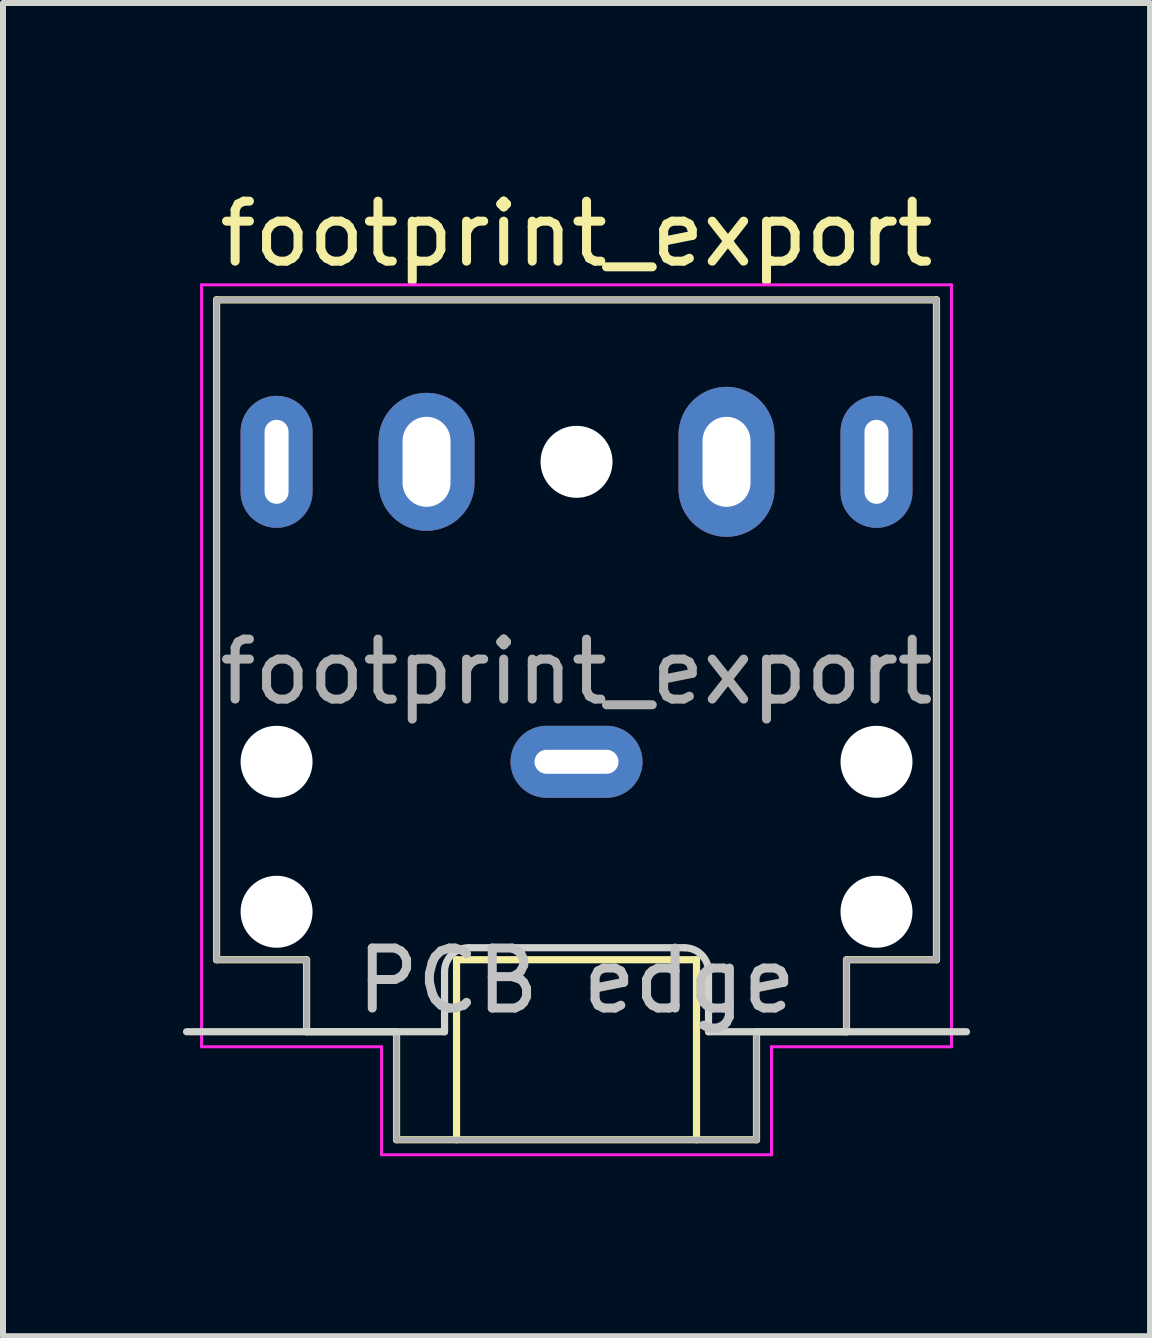
<source format=kicad_pcb>
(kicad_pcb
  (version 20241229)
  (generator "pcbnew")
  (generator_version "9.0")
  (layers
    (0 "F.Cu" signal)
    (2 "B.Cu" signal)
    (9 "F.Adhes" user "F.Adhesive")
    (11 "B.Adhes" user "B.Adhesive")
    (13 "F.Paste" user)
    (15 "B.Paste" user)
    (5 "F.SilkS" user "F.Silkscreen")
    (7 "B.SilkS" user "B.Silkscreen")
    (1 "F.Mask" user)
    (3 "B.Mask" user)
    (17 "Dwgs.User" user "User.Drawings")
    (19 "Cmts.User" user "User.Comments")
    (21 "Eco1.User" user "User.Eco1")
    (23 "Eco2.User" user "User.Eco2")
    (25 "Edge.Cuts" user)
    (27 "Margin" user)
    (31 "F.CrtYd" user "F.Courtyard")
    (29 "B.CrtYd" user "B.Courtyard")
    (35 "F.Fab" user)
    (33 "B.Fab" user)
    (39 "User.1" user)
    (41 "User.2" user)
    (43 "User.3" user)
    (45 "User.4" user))
  (footprint "footprint_export"
    (layer "F.Cu")
    (at 6.56 9.648)
    (property "Reference" "footprint_export" (at 0 -8.8 0) (layer "F.SilkS") (effects (font (size 1 1) (thickness 0.15))))
    (attr through_hole exclude_from_pos_files exclude_from_bom)
    (fp_line (start -6 -7.7) (end 6 -7.7) (stroke (width 0.12) (type solid)) (layer "F.SilkS"))
    (fp_line (start -6 3.3) (end -6 -7.7) (stroke (width 0.12) (type solid)) (layer "F.SilkS"))
    (fp_line (start -4.5 3.3) (end -6 3.3) (stroke (width 0.12) (type solid)) (layer "F.SilkS"))
    (fp_line (start -4.5 4.5) (end -4.5 3.3) (stroke (width 0.12) (type solid)) (layer "F.SilkS"))
    (fp_line (start -3 4.5) (end -4.5 4.5) (stroke (width 0.12) (type solid)) (layer "F.SilkS"))
    (fp_line (start -3 6.3) (end -3 4.5) (stroke (width 0.12) (type solid)) (layer "F.SilkS"))
    (fp_line (start -2 3.3) (end -2 6.3) (stroke (width 0.12) (type solid)) (layer "F.SilkS"))
    (fp_line (start 2 3.3) (end -2 3.3) (stroke (width 0.12) (type solid)) (layer "F.SilkS"))
    (fp_line (start 2 6.3) (end 2 3.3) (stroke (width 0.12) (type solid)) (layer "F.SilkS"))
    (fp_line (start 3 4.5) (end 3 6.3) (stroke (width 0.12) (type solid)) (layer "F.SilkS"))
    (fp_line (start 3 6.3) (end -3 6.3) (stroke (width 0.12) (type solid)) (layer "F.SilkS"))
    (fp_line (start 4.5 3.3) (end 4.5 4.5) (stroke (width 0.12) (type solid)) (layer "F.SilkS"))
    (fp_line (start 4.5 4.5) (end 3 4.5) (stroke (width 0.12) (type solid)) (layer "F.SilkS"))
    (fp_line (start 6 -7.7) (end 6 3.3) (stroke (width 0.12) (type solid)) (layer "F.SilkS"))
    (fp_line (start 6 3.3) (end 4.5 3.3) (stroke (width 0.12) (type solid)) (layer "F.SilkS"))
    (fp_line (start -2.2 3.5) (end -2.2 4.5) (stroke (width 0.12) (type solid)) (layer "Edge.Cuts"))
    (fp_line (start -2.2 4.5) (end -6.5 4.5) (stroke (width 0.12) (type solid)) (layer "Edge.Cuts"))
    (fp_line (start 1.8 3.1) (end -1.8 3.1) (stroke (width 0.12) (type solid)) (layer "Edge.Cuts"))
    (fp_line (start 2.2 3.5) (end 2.2 4.5) (stroke (width 0.12) (type solid)) (layer "Edge.Cuts"))
    (fp_line (start 2.2 4.5) (end 6.5 4.5) (stroke (width 0.12) (type solid)) (layer "Edge.Cuts"))
    (fp_arc (start -2.2 3.5) (mid -2.082842 3.217158) (end -1.8 3.1) (stroke (width 0.12) (type solid)) (layer "Edge.Cuts"))
    (fp_arc (start 1.8 3.1) (mid 2.082843 3.217157) (end 2.2 3.5) (stroke (width 0.12) (type solid)) (layer "Edge.Cuts"))
    (fp_line (start -6.25 -7.95) (end -6.25 4.75) (stroke (width 0.05) (type solid)) (layer "F.CrtYd"))
    (fp_line (start -6.25 4.75) (end -3.25 4.75) (stroke (width 0.05) (type solid)) (layer "F.CrtYd"))
    (fp_line (start -3.25 4.75) (end -3.25 6.55) (stroke (width 0.05) (type solid)) (layer "F.CrtYd"))
    (fp_line (start -3.25 6.55) (end 3.25 6.55) (stroke (width 0.05) (type solid)) (layer "F.CrtYd"))
    (fp_line (start 3.25 4.75) (end 6.25 4.75) (stroke (width 0.05) (type solid)) (layer "F.CrtYd"))
    (fp_line (start 3.25 6.55) (end 3.25 4.75) (stroke (width 0.05) (type solid)) (layer "F.CrtYd"))
    (fp_line (start 6.25 -7.95) (end -6.25 -7.95) (stroke (width 0.05) (type solid)) (layer "F.CrtYd"))
    (fp_line (start 6.25 4.5) (end 6.25 -7.95) (stroke (width 0.05) (type solid)) (layer "F.CrtYd"))
    (fp_line (start 6.25 4.75) (end 6.25 4.5) (stroke (width 0.05) (type solid)) (layer "F.CrtYd"))
    (fp_line (start -6 -7.7) (end 6 -7.7) (stroke (width 0.1) (type solid)) (layer "F.Fab"))
    (fp_line (start -6 3.3) (end -6 -7.7) (stroke (width 0.1) (type solid)) (layer "F.Fab"))
    (fp_line (start -4.5 3.3) (end -6 3.3) (stroke (width 0.1) (type solid)) (layer "F.Fab"))
    (fp_line (start -4.5 4.5) (end -4.5 3.3) (stroke (width 0.1) (type solid)) (layer "F.Fab"))
    (fp_line (start -4.5 4.5) (end -3 4.5) (stroke (width 0.1) (type solid)) (layer "F.Fab"))
    (fp_line (start -3 4.5) (end -3 6.3) (stroke (width 0.1) (type solid)) (layer "F.Fab"))
    (fp_line (start -3 6.3) (end 3 6.3) (stroke (width 0.1) (type solid)) (layer "F.Fab"))
    (fp_line (start 3 4.5) (end 3 6.3) (stroke (width 0.1) (type solid)) (layer "F.Fab"))
    (fp_line (start 4.5 3.3) (end 6 3.3) (stroke (width 0.1) (type solid)) (layer "F.Fab"))
    (fp_line (start 4.5 4.5) (end 3 4.5) (stroke (width 0.1) (type solid)) (layer "F.Fab"))
    (fp_line (start 4.5 4.5) (end 4.5 3.3) (stroke (width 0.1) (type solid)) (layer "F.Fab"))
    (fp_line (start 6 3.3) (end 6 -7.7) (stroke (width 0.1) (type solid)) (layer "F.Fab"))
    (fp_text user "PCB edge" (at 0 3.65 0) (unlocked yes) (layer "Dwgs.User") (effects (font (size 1 1) (thickness 0.15))))
    (fp_text user "${REFERENCE}" (at 0 -1.5 0) (layer "F.Fab") (effects (font (size 1 1) (thickness 0.15))))
    (pad "" np_thru_hole circle (at -5 0) (size 1.2 1.2) (drill 1.2) (layers "*.Cu" "*.Mask"))
    (pad "" np_thru_hole circle (at -5 2.5) (size 1.2 1.2) (drill 1.2) (layers "*.Cu" "*.Mask"))
    (pad "" np_thru_hole circle (at 0 -5) (size 1.2 1.2) (drill 1.2) (layers "*.Cu" "*.Mask"))
    (pad "" np_thru_hole circle (at 5 0) (size 1.2 1.2) (drill 1.2) (layers "*.Cu" "*.Mask"))
    (pad "" np_thru_hole circle (at 5 2.5) (size 1.2 1.2) (drill 1.2) (layers "*.Cu" "*.Mask"))
    (pad "R" thru_hole oval (at -5 -5) (size 1.2 2.2) (drill oval 0.4 1.4) (layers "*.Cu" "*.Mask"))
    (pad "RN" thru_hole oval (at -2.5 -5) (size 1.6 2.3) (drill oval 0.8 1.5) (layers "*.Cu" "*.Mask"))
    (pad "S" thru_hole oval (at 0 0) (size 2.2 1.2) (drill oval 1.4 0.4) (layers "*.Cu" "*.Mask"))
    (pad "T" thru_hole oval (at 5 -5 180) (size 1.2 2.2) (drill oval 0.4 1.4) (layers "*.Cu" "*.Mask"))
    (pad "TN" thru_hole oval (at 2.5 -5 180) (size 1.6 2.5) (drill oval 0.8 1.5) (layers "*.Cu" "*.Mask")))
  (gr_rect
    (start -3 -3)
    (end 16.12 19.223)
    (stroke (width 0.1) (type default))
    (fill no)
    (layer "Edge.Cuts")))
</source>
